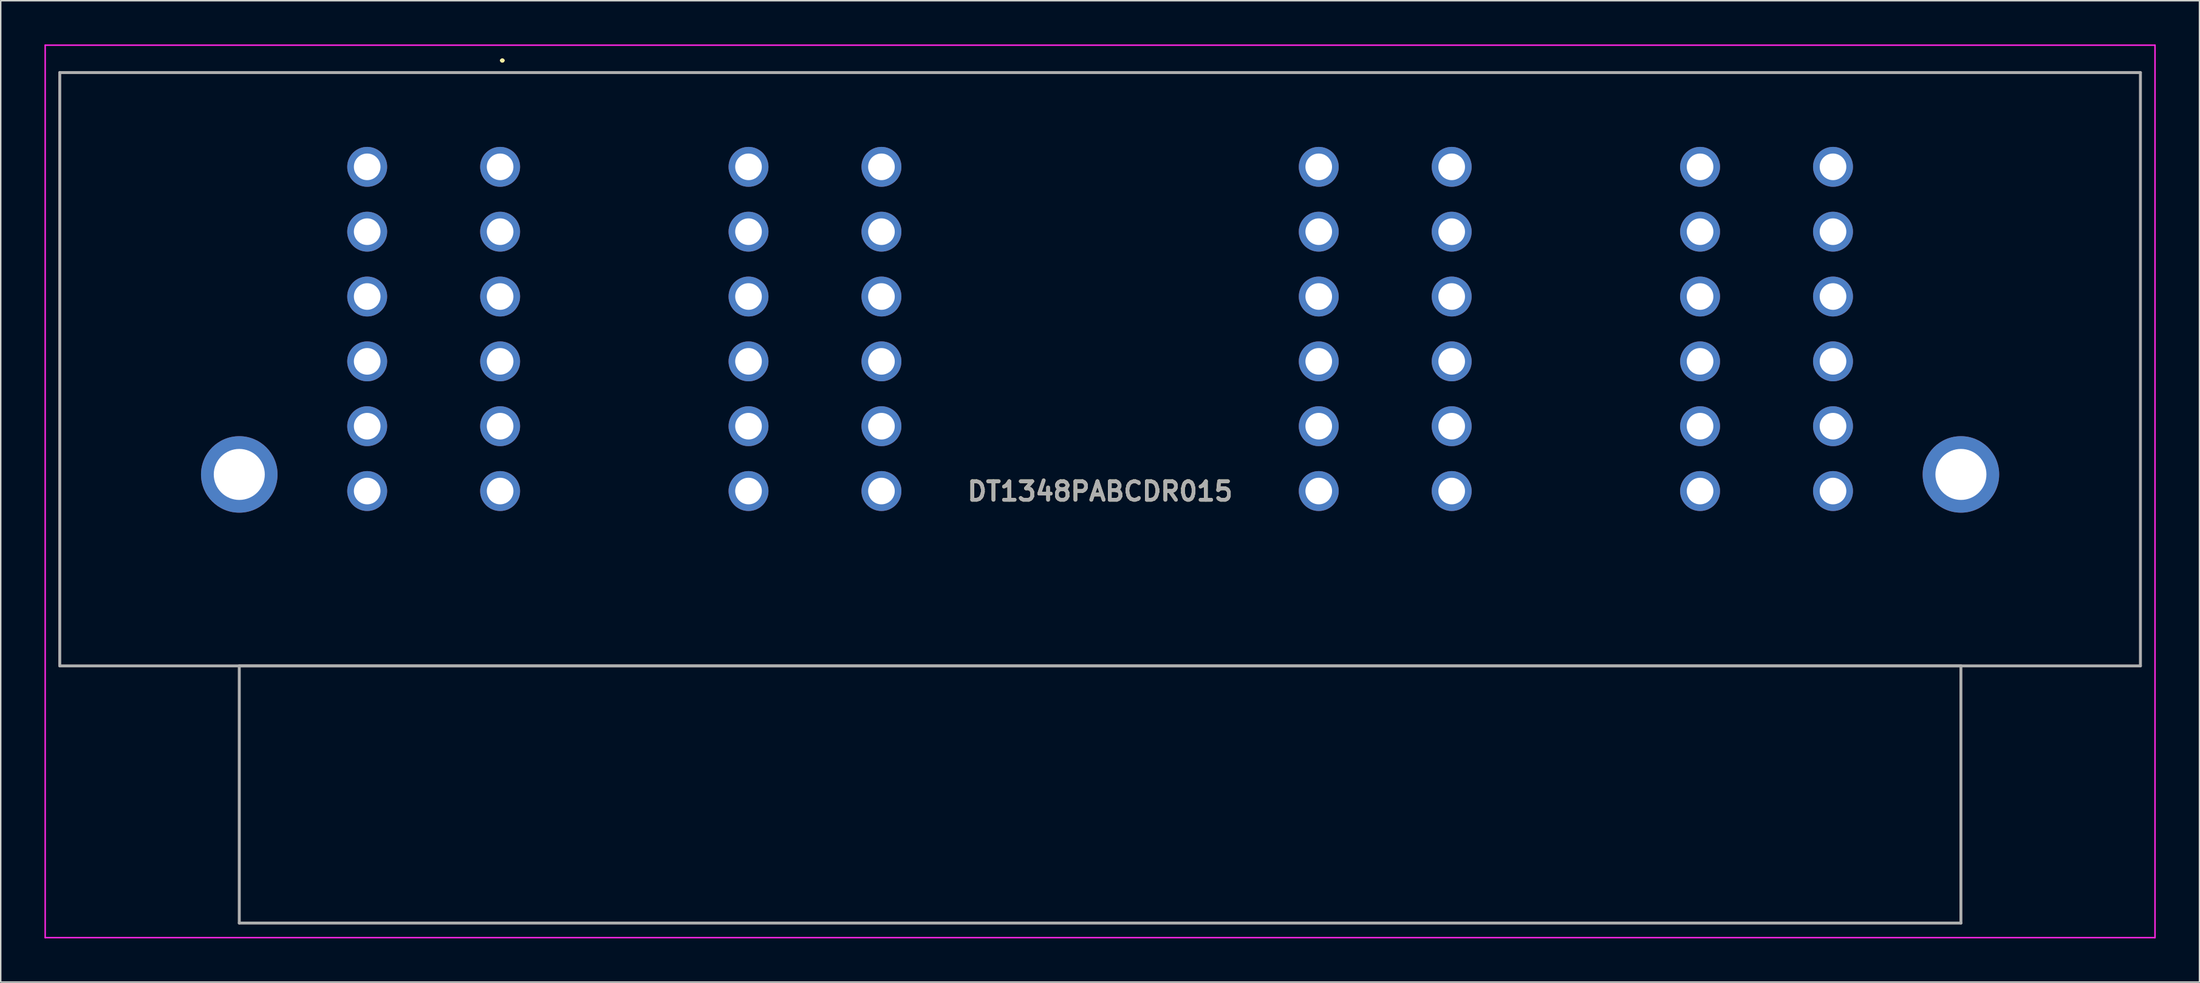
<source format=kicad_pcb>
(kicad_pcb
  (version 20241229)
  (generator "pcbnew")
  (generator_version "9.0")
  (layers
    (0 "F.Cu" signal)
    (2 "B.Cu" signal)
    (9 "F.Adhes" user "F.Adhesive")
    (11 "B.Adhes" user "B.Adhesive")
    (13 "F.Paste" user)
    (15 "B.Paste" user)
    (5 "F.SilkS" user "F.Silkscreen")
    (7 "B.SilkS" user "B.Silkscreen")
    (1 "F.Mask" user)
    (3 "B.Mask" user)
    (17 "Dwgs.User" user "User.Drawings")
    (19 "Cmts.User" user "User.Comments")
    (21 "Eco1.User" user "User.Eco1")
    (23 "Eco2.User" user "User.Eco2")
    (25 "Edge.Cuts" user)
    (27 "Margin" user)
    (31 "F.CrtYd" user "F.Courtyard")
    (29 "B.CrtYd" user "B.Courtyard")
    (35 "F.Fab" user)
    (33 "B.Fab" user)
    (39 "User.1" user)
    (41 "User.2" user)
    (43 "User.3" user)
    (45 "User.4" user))
  (footprint "DT1348PABCDR015"
    (layer "F.Cu")
    (at 31.26 8.4)
    (property "Reference" "DT1348PABCDR015" (at 41.16 22.275 0) (layer "F.SilkS") (effects (font (size 1.27 1.27) (thickness 0.254))))
    (attr through_hole)
    (fp_line (start -30.21 -6.47) (end 112.53 -6.47) (stroke (width 0.1) (type solid)) (layer "F.SilkS"))
    (fp_line (start -30.21 34.25) (end -30.21 -6.47) (stroke (width 0.1) (type solid)) (layer "F.SilkS"))
    (fp_line (start -17.895 34.25) (end 100.215 34.25) (stroke (width 0.1) (type solid)) (layer "F.SilkS"))
    (fp_line (start -17.895 51.9) (end -17.895 34.25) (stroke (width 0.1) (type solid)) (layer "F.SilkS"))
    (fp_line (start 0.1 -7.3) (end 0.1 -7.3) (stroke (width 0.2) (type solid)) (layer "F.SilkS"))
    (fp_line (start 0.1 -7.3) (end 0.1 -7.3) (stroke (width 0.2) (type solid)) (layer "F.SilkS"))
    (fp_line (start 0.2 -7.3) (end 0.2 -7.3) (stroke (width 0.2) (type solid)) (layer "F.SilkS"))
    (fp_line (start 100.215 34.25) (end 100.215 51.9) (stroke (width 0.1) (type solid)) (layer "F.SilkS"))
    (fp_line (start 100.215 51.9) (end -17.895 51.9) (stroke (width 0.1) (type solid)) (layer "F.SilkS"))
    (fp_line (start 112.53 -6.47) (end 112.53 34.25) (stroke (width 0.1) (type solid)) (layer "F.SilkS"))
    (fp_line (start 112.53 34.25) (end -30.21 34.25) (stroke (width 0.1) (type solid)) (layer "F.SilkS"))
    (fp_arc (start 0.1 -7.3) (mid 0.15 -7.35) (end 0.2 -7.3) (stroke (width 0.2) (type solid)) (layer "F.SilkS"))
    (fp_arc (start 0.2 -7.3) (mid 0.15 -7.25) (end 0.1 -7.3) (stroke (width 0.2) (type solid)) (layer "F.SilkS"))
    (fp_arc (start 0.2 -7.3) (mid 0.15 -7.25) (end 0.1 -7.3) (stroke (width 0.2) (type solid)) (layer "F.SilkS"))
    (fp_line (start -31.21 -8.35) (end 113.53 -8.35) (stroke (width 0.1) (type solid)) (layer "F.CrtYd"))
    (fp_line (start -31.21 52.9) (end -31.21 -8.35) (stroke (width 0.1) (type solid)) (layer "F.CrtYd"))
    (fp_line (start 113.53 -8.35) (end 113.53 52.9) (stroke (width 0.1) (type solid)) (layer "F.CrtYd"))
    (fp_line (start 113.53 52.9) (end -31.21 52.9) (stroke (width 0.1) (type solid)) (layer "F.CrtYd"))
    (fp_line (start -30.21 -6.47) (end -30.21 34.25) (stroke (width 0.2) (type solid)) (layer "F.Fab"))
    (fp_line (start -30.21 34.25) (end 112.53 34.25) (stroke (width 0.2) (type solid)) (layer "F.Fab"))
    (fp_line (start -17.895 34.25) (end 100.215 34.25) (stroke (width 0.2) (type solid)) (layer "F.Fab"))
    (fp_line (start -17.895 51.9) (end -17.895 34.25) (stroke (width 0.2) (type solid)) (layer "F.Fab"))
    (fp_line (start 100.215 34.25) (end 100.215 51.9) (stroke (width 0.2) (type solid)) (layer "F.Fab"))
    (fp_line (start 100.215 51.9) (end -17.895 51.9) (stroke (width 0.2) (type solid)) (layer "F.Fab"))
    (fp_line (start 112.53 -6.47) (end -30.21 -6.47) (stroke (width 0.2) (type solid)) (layer "F.Fab"))
    (fp_line (start 112.53 34.25) (end 112.53 -6.47) (stroke (width 0.2) (type solid)) (layer "F.Fab"))
    (fp_text user "${REFERENCE}" (at 41.16 22.275 0) (layer "F.Fab") (effects (font (size 1.27 1.27) (thickness 0.254))))
    (pad "A1" thru_hole circle (at 0 0) (size 2.739 2.739) (drill 1.826) (layers "*.Cu" "*.Mask"))
    (pad "A2" thru_hole circle (at 0 4.45) (size 2.739 2.739) (drill 1.826) (layers "*.Cu" "*.Mask"))
    (pad "A3" thru_hole circle (at 0 8.9) (size 2.739 2.739) (drill 1.826) (layers "*.Cu" "*.Mask"))
    (pad "A4" thru_hole circle (at 0 13.35) (size 2.739 2.739) (drill 1.826) (layers "*.Cu" "*.Mask"))
    (pad "A5" thru_hole circle (at 0 17.8) (size 2.739 2.739) (drill 1.826) (layers "*.Cu" "*.Mask"))
    (pad "A6" thru_hole circle (at 0 22.25) (size 2.739 2.739) (drill 1.826) (layers "*.Cu" "*.Mask"))
    (pad "A7" thru_hole circle (at -9.12 22.25) (size 2.739 2.739) (drill 1.826) (layers "*.Cu" "*.Mask"))
    (pad "A8" thru_hole circle (at -9.12 17.8) (size 2.739 2.739) (drill 1.826) (layers "*.Cu" "*.Mask"))
    (pad "A9" thru_hole circle (at -9.12 13.35) (size 2.739 2.739) (drill 1.826) (layers "*.Cu" "*.Mask"))
    (pad "A10" thru_hole circle (at -9.12 8.9) (size 2.739 2.739) (drill 1.826) (layers "*.Cu" "*.Mask"))
    (pad "A11" thru_hole circle (at -9.12 4.45) (size 2.739 2.739) (drill 1.826) (layers "*.Cu" "*.Mask"))
    (pad "A12" thru_hole circle (at -9.12 0) (size 2.739 2.739) (drill 1.826) (layers "*.Cu" "*.Mask"))
    (pad "B1" thru_hole circle (at 26.16 0) (size 2.739 2.739) (drill 1.826) (layers "*.Cu" "*.Mask"))
    (pad "B2" thru_hole circle (at 26.16 4.45) (size 2.739 2.739) (drill 1.826) (layers "*.Cu" "*.Mask"))
    (pad "B3" thru_hole circle (at 26.16 8.9) (size 2.739 2.739) (drill 1.826) (layers "*.Cu" "*.Mask"))
    (pad "B4" thru_hole circle (at 26.16 13.35) (size 2.739 2.739) (drill 1.826) (layers "*.Cu" "*.Mask"))
    (pad "B5" thru_hole circle (at 26.16 17.8) (size 2.739 2.739) (drill 1.826) (layers "*.Cu" "*.Mask"))
    (pad "B6" thru_hole circle (at 26.16 22.25) (size 2.739 2.739) (drill 1.826) (layers "*.Cu" "*.Mask"))
    (pad "B7" thru_hole circle (at 17.04 22.25) (size 2.739 2.739) (drill 1.826) (layers "*.Cu" "*.Mask"))
    (pad "B8" thru_hole circle (at 17.04 17.8) (size 2.739 2.739) (drill 1.826) (layers "*.Cu" "*.Mask"))
    (pad "B9" thru_hole circle (at 17.04 13.35) (size 2.739 2.739) (drill 1.826) (layers "*.Cu" "*.Mask"))
    (pad "B10" thru_hole circle (at 17.04 8.9) (size 2.739 2.739) (drill 1.826) (layers "*.Cu" "*.Mask"))
    (pad "B11" thru_hole circle (at 17.04 4.45) (size 2.739 2.739) (drill 1.826) (layers "*.Cu" "*.Mask"))
    (pad "B12" thru_hole circle (at 17.04 0) (size 2.739 2.739) (drill 1.826) (layers "*.Cu" "*.Mask"))
    (pad "C1" thru_hole circle (at 65.28 0) (size 2.739 2.739) (drill 1.826) (layers "*.Cu" "*.Mask"))
    (pad "C2" thru_hole circle (at 65.28 4.45) (size 2.739 2.739) (drill 1.826) (layers "*.Cu" "*.Mask"))
    (pad "C3" thru_hole circle (at 65.28 8.9) (size 2.739 2.739) (drill 1.826) (layers "*.Cu" "*.Mask"))
    (pad "C4" thru_hole circle (at 65.28 13.35) (size 2.739 2.739) (drill 1.826) (layers "*.Cu" "*.Mask"))
    (pad "C5" thru_hole circle (at 65.28 17.8) (size 2.739 2.739) (drill 1.826) (layers "*.Cu" "*.Mask"))
    (pad "C6" thru_hole circle (at 65.28 22.25) (size 2.739 2.739) (drill 1.826) (layers "*.Cu" "*.Mask"))
    (pad "C7" thru_hole circle (at 56.16 22.25) (size 2.739 2.739) (drill 1.826) (layers "*.Cu" "*.Mask"))
    (pad "C8" thru_hole circle (at 56.16 17.8) (size 2.739 2.739) (drill 1.826) (layers "*.Cu" "*.Mask"))
    (pad "C9" thru_hole circle (at 56.16 13.35) (size 2.739 2.739) (drill 1.826) (layers "*.Cu" "*.Mask"))
    (pad "C10" thru_hole circle (at 56.16 8.9) (size 2.739 2.739) (drill 1.826) (layers "*.Cu" "*.Mask"))
    (pad "C11" thru_hole circle (at 56.16 4.45) (size 2.739 2.739) (drill 1.826) (layers "*.Cu" "*.Mask"))
    (pad "C12" thru_hole circle (at 56.16 0) (size 2.739 2.739) (drill 1.826) (layers "*.Cu" "*.Mask"))
    (pad "D1" thru_hole circle (at 91.44 0) (size 2.739 2.739) (drill 1.826) (layers "*.Cu" "*.Mask"))
    (pad "D2" thru_hole circle (at 91.44 4.45) (size 2.739 2.739) (drill 1.826) (layers "*.Cu" "*.Mask"))
    (pad "D3" thru_hole circle (at 91.44 8.9) (size 2.739 2.739) (drill 1.826) (layers "*.Cu" "*.Mask"))
    (pad "D4" thru_hole circle (at 91.44 13.35) (size 2.739 2.739) (drill 1.826) (layers "*.Cu" "*.Mask"))
    (pad "D5" thru_hole circle (at 91.44 17.8) (size 2.739 2.739) (drill 1.826) (layers "*.Cu" "*.Mask"))
    (pad "D6" thru_hole circle (at 91.44 22.25) (size 2.739 2.739) (drill 1.826) (layers "*.Cu" "*.Mask"))
    (pad "D7" thru_hole circle (at 82.32 22.25) (size 2.739 2.739) (drill 1.826) (layers "*.Cu" "*.Mask"))
    (pad "D8" thru_hole circle (at 82.32 17.8) (size 2.739 2.739) (drill 1.826) (layers "*.Cu" "*.Mask"))
    (pad "D9" thru_hole circle (at 82.32 13.35) (size 2.739 2.739) (drill 1.826) (layers "*.Cu" "*.Mask"))
    (pad "D10" thru_hole circle (at 82.32 8.9) (size 2.739 2.739) (drill 1.826) (layers "*.Cu" "*.Mask"))
    (pad "D11" thru_hole circle (at 82.32 4.45) (size 2.739 2.739) (drill 1.826) (layers "*.Cu" "*.Mask"))
    (pad "D12" thru_hole circle (at 82.32 0) (size 2.739 2.739) (drill 1.826) (layers "*.Cu" "*.Mask"))
    (pad "MH1" thru_hole circle (at -17.895 21.11) (size 5.25 5.25) (drill 3.5) (layers "*.Cu" "*.Mask"))
    (pad "MH2" thru_hole circle (at 100.215 21.11) (size 5.25 5.25) (drill 3.5) (layers "*.Cu" "*.Mask")))
  (gr_rect
    (start -3 -3)
    (end 147.84 64.35)
    (stroke (width 0.1) (type default))
    (fill no)
    (layer "Edge.Cuts")))
</source>
